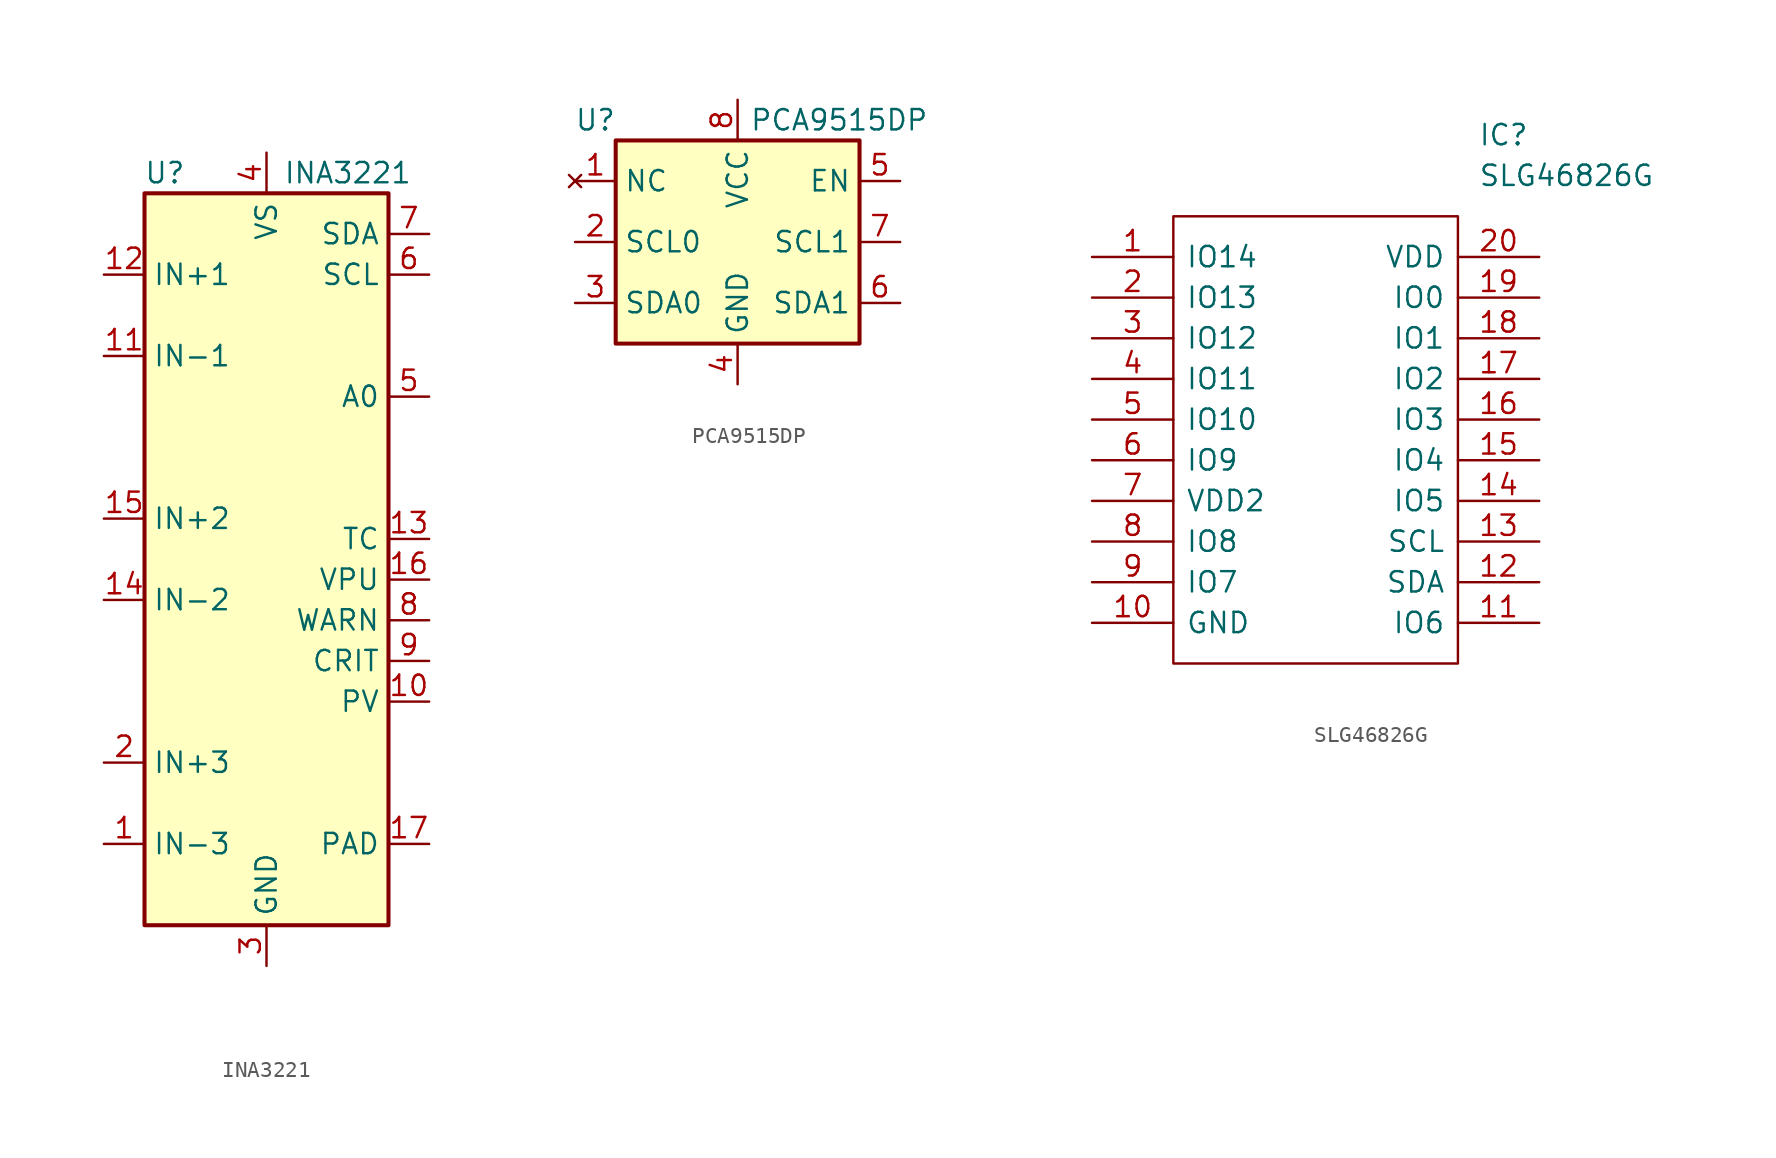
<source format=kicad_sym>
(kicad_symbol_lib
  (version 20211014)
  (generator kicad_symbol_editor)
  (symbol "INA3221"
    (property "Reference" "U"
      (at -6.35 8.89 0)
      (effects (font (size 1.27 1.27))))
    (property "Value" "INA3221"
      (at 5.08 8.89 0)
      (effects (font (size 1.27 1.27))))
    (symbol "INA3221_0_1"
      (rectangle (start -7.62 7.62) (end 7.62 -38.1) (stroke (width 0.254) (type default) (color 0 0 0 0)) (fill (type background))))
    (symbol "INA3221_1_1"
      (pin input line (at -10.16 -33.02 0) (length 2.54) (name "IN-3" (effects (font (size 1.27 1.27)))) (number "1" (effects (font (size 1.27 1.27)))))
      (pin output line (at 10.16 -24.13 180) (length 2.54) (name "PV" (effects (font (size 1.27 1.27)))) (number "10" (effects (font (size 1.27 1.27)))))
      (pin input line (at -10.16 -2.54 0) (length 2.54) (name "IN-1" (effects (font (size 1.27 1.27)))) (number "11" (effects (font (size 1.27 1.27)))))
      (pin input line (at -10.16 2.54 0) (length 2.54) (name "IN+1" (effects (font (size 1.27 1.27)))) (number "12" (effects (font (size 1.27 1.27)))))
      (pin output line (at 10.16 -13.97 180) (length 2.54) (name "TC" (effects (font (size 1.27 1.27)))) (number "13" (effects (font (size 1.27 1.27)))))
      (pin input line (at -10.16 -17.78 0) (length 2.54) (name "IN-2" (effects (font (size 1.27 1.27)))) (number "14" (effects (font (size 1.27 1.27)))))
      (pin input line (at -10.16 -12.7 0) (length 2.54) (name "IN+2" (effects (font (size 1.27 1.27)))) (number "15" (effects (font (size 1.27 1.27)))))
      (pin input line (at 10.16 -16.51 180) (length 2.54) (name "VPU" (effects (font (size 1.27 1.27)))) (number "16" (effects (font (size 1.27 1.27)))))
      (pin power_in line (at 10.16 -33.02 180) (length 2.54) (name "PAD" (effects (font (size 1.27 1.27)))) (number "17" (effects (font (size 1.27 1.27)))))
      (pin input line (at -10.16 -27.94 0) (length 2.54) (name "IN+3" (effects (font (size 1.27 1.27)))) (number "2" (effects (font (size 1.27 1.27)))))
      (pin power_in line (at 0 -40.64 90) (length 2.54) (name "GND" (effects (font (size 1.27 1.27)))) (number "3" (effects (font (size 1.27 1.27)))))
      (pin power_in line (at 0 10.16 270) (length 2.54) (name "VS" (effects (font (size 1.27 1.27)))) (number "4" (effects (font (size 1.27 1.27)))))
      (pin input line (at 10.16 -5.08 180) (length 2.54) (name "A0" (effects (font (size 1.27 1.27)))) (number "5" (effects (font (size 1.27 1.27)))))
      (pin input line (at 10.16 2.54 180) (length 2.54) (name "SCL" (effects (font (size 1.27 1.27)))) (number "6" (effects (font (size 1.27 1.27)))))
      (pin bidirectional line (at 10.16 5.08 180) (length 2.54) (name "SDA" (effects (font (size 1.27 1.27)))) (number "7" (effects (font (size 1.27 1.27)))))
      (pin output line (at 10.16 -19.05 180) (length 2.54) (name "WARN" (effects (font (size 1.27 1.27)))) (number "8" (effects (font (size 1.27 1.27)))))
      (pin output line (at 10.16 -21.59 180) (length 2.54) (name "CRIT" (effects (font (size 1.27 1.27)))) (number "9" (effects (font (size 1.27 1.27)))))))
  (symbol "PCA9515DP"
    (property "Reference" "U"
      (at -8.89 6.35 0)
      (effects (font (size 1.27 1.27))))
    (property "Value" "PCA9515DP"
      (at 6.35 6.35 0)
      (effects (font (size 1.27 1.27))))
    (symbol "PCA9515DP_0_1"
      (rectangle (start -7.62 5.08) (end 7.62 -7.62) (stroke (width 0.254) (type default) (color 0 0 0 0)) (fill (type background))))
    (symbol "PCA9515DP_1_1"
      (pin no_connect line (at -10.16 2.54 0) (length 2.54) (name "NC" (effects (font (size 1.27 1.27)))) (number "1" (effects (font (size 1.27 1.27)))))
      (pin bidirectional line (at -10.16 -1.27 0) (length 2.54) (name "SCL0" (effects (font (size 1.27 1.27)))) (number "2" (effects (font (size 1.27 1.27)))))
      (pin bidirectional line (at -10.16 -5.08 0) (length 2.54) (name "SDA0" (effects (font (size 1.27 1.27)))) (number "3" (effects (font (size 1.27 1.27)))))
      (pin power_in line (at 0 -10.16 90) (length 2.54) (name "GND" (effects (font (size 1.27 1.27)))) (number "4" (effects (font (size 1.27 1.27)))))
      (pin input line (at 10.16 2.54 180) (length 2.54) (name "EN" (effects (font (size 1.27 1.27)))) (number "5" (effects (font (size 1.27 1.27)))))
      (pin bidirectional line (at 10.16 -5.08 180) (length 2.54) (name "SDA1" (effects (font (size 1.27 1.27)))) (number "6" (effects (font (size 1.27 1.27)))))
      (pin bidirectional line (at 10.16 -1.27 180) (length 2.54) (name "SCL1" (effects (font (size 1.27 1.27)))) (number "7" (effects (font (size 1.27 1.27)))))
      (pin power_in line (at 0 7.62 270) (length 2.54) (name "VCC" (effects (font (size 1.27 1.27)))) (number "8" (effects (font (size 1.27 1.27)))))))
  (symbol "SLG46826G"
    (pin_names
      (offset 0.762))
    (property "Reference" "IC"
      (at 24.13 7.62 0)
      (effects (font (size 1.27 1.27)) (justify left)))
    (property "Value" "SLG46826G"
      (at 24.13 5.08 0)
      (effects (font (size 1.27 1.27)) (justify left)))
    (symbol "SLG46826G_0_0"
      (pin passive line (at 0 0 0) (length 5.08) (name "IO14" (effects (font (size 1.27 1.27)))) (number "1" (effects (font (size 1.27 1.27)))))
      (pin passive line (at 0 -22.86 0) (length 5.08) (name "GND" (effects (font (size 1.27 1.27)))) (number "10" (effects (font (size 1.27 1.27)))))
      (pin passive line (at 27.94 -22.86 180) (length 5.08) (name "IO6" (effects (font (size 1.27 1.27)))) (number "11" (effects (font (size 1.27 1.27)))))
      (pin passive line (at 27.94 -20.32 180) (length 5.08) (name "SDA" (effects (font (size 1.27 1.27)))) (number "12" (effects (font (size 1.27 1.27)))))
      (pin passive line (at 27.94 -17.78 180) (length 5.08) (name "SCL" (effects (font (size 1.27 1.27)))) (number "13" (effects (font (size 1.27 1.27)))))
      (pin passive line (at 27.94 -15.24 180) (length 5.08) (name "IO5" (effects (font (size 1.27 1.27)))) (number "14" (effects (font (size 1.27 1.27)))))
      (pin passive line (at 27.94 -12.7 180) (length 5.08) (name "IO4" (effects (font (size 1.27 1.27)))) (number "15" (effects (font (size 1.27 1.27)))))
      (pin passive line (at 27.94 -10.16 180) (length 5.08) (name "IO3" (effects (font (size 1.27 1.27)))) (number "16" (effects (font (size 1.27 1.27)))))
      (pin passive line (at 27.94 -7.62 180) (length 5.08) (name "IO2" (effects (font (size 1.27 1.27)))) (number "17" (effects (font (size 1.27 1.27)))))
      (pin passive line (at 27.94 -5.08 180) (length 5.08) (name "IO1" (effects (font (size 1.27 1.27)))) (number "18" (effects (font (size 1.27 1.27)))))
      (pin passive line (at 27.94 -2.54 180) (length 5.08) (name "IO0" (effects (font (size 1.27 1.27)))) (number "19" (effects (font (size 1.27 1.27)))))
      (pin passive line (at 0 -2.54 0) (length 5.08) (name "IO13" (effects (font (size 1.27 1.27)))) (number "2" (effects (font (size 1.27 1.27)))))
      (pin passive line (at 27.94 0 180) (length 5.08) (name "VDD" (effects (font (size 1.27 1.27)))) (number "20" (effects (font (size 1.27 1.27)))))
      (pin passive line (at 0 -5.08 0) (length 5.08) (name "IO12" (effects (font (size 1.27 1.27)))) (number "3" (effects (font (size 1.27 1.27)))))
      (pin passive line (at 0 -7.62 0) (length 5.08) (name "IO11" (effects (font (size 1.27 1.27)))) (number "4" (effects (font (size 1.27 1.27)))))
      (pin passive line (at 0 -10.16 0) (length 5.08) (name "IO10" (effects (font (size 1.27 1.27)))) (number "5" (effects (font (size 1.27 1.27)))))
      (pin passive line (at 0 -12.7 0) (length 5.08) (name "IO9" (effects (font (size 1.27 1.27)))) (number "6" (effects (font (size 1.27 1.27)))))
      (pin passive line (at 0 -15.24 0) (length 5.08) (name "VDD2" (effects (font (size 1.27 1.27)))) (number "7" (effects (font (size 1.27 1.27)))))
      (pin passive line (at 0 -17.78 0) (length 5.08) (name "IO8" (effects (font (size 1.27 1.27)))) (number "8" (effects (font (size 1.27 1.27)))))
      (pin passive line (at 0 -20.32 0) (length 5.08) (name "IO7" (effects (font (size 1.27 1.27)))) (number "9" (effects (font (size 1.27 1.27))))))
    (symbol "SLG46826G_0_1"
      (polyline (pts (xy 5.08 2.54) (xy 22.86 2.54) (xy 22.86 -25.4) (xy 5.08 -25.4) (xy 5.08 2.54)) (stroke (width 0.152) (type default) (color 0 0 0 0)) (fill (type none))))))
</source>
